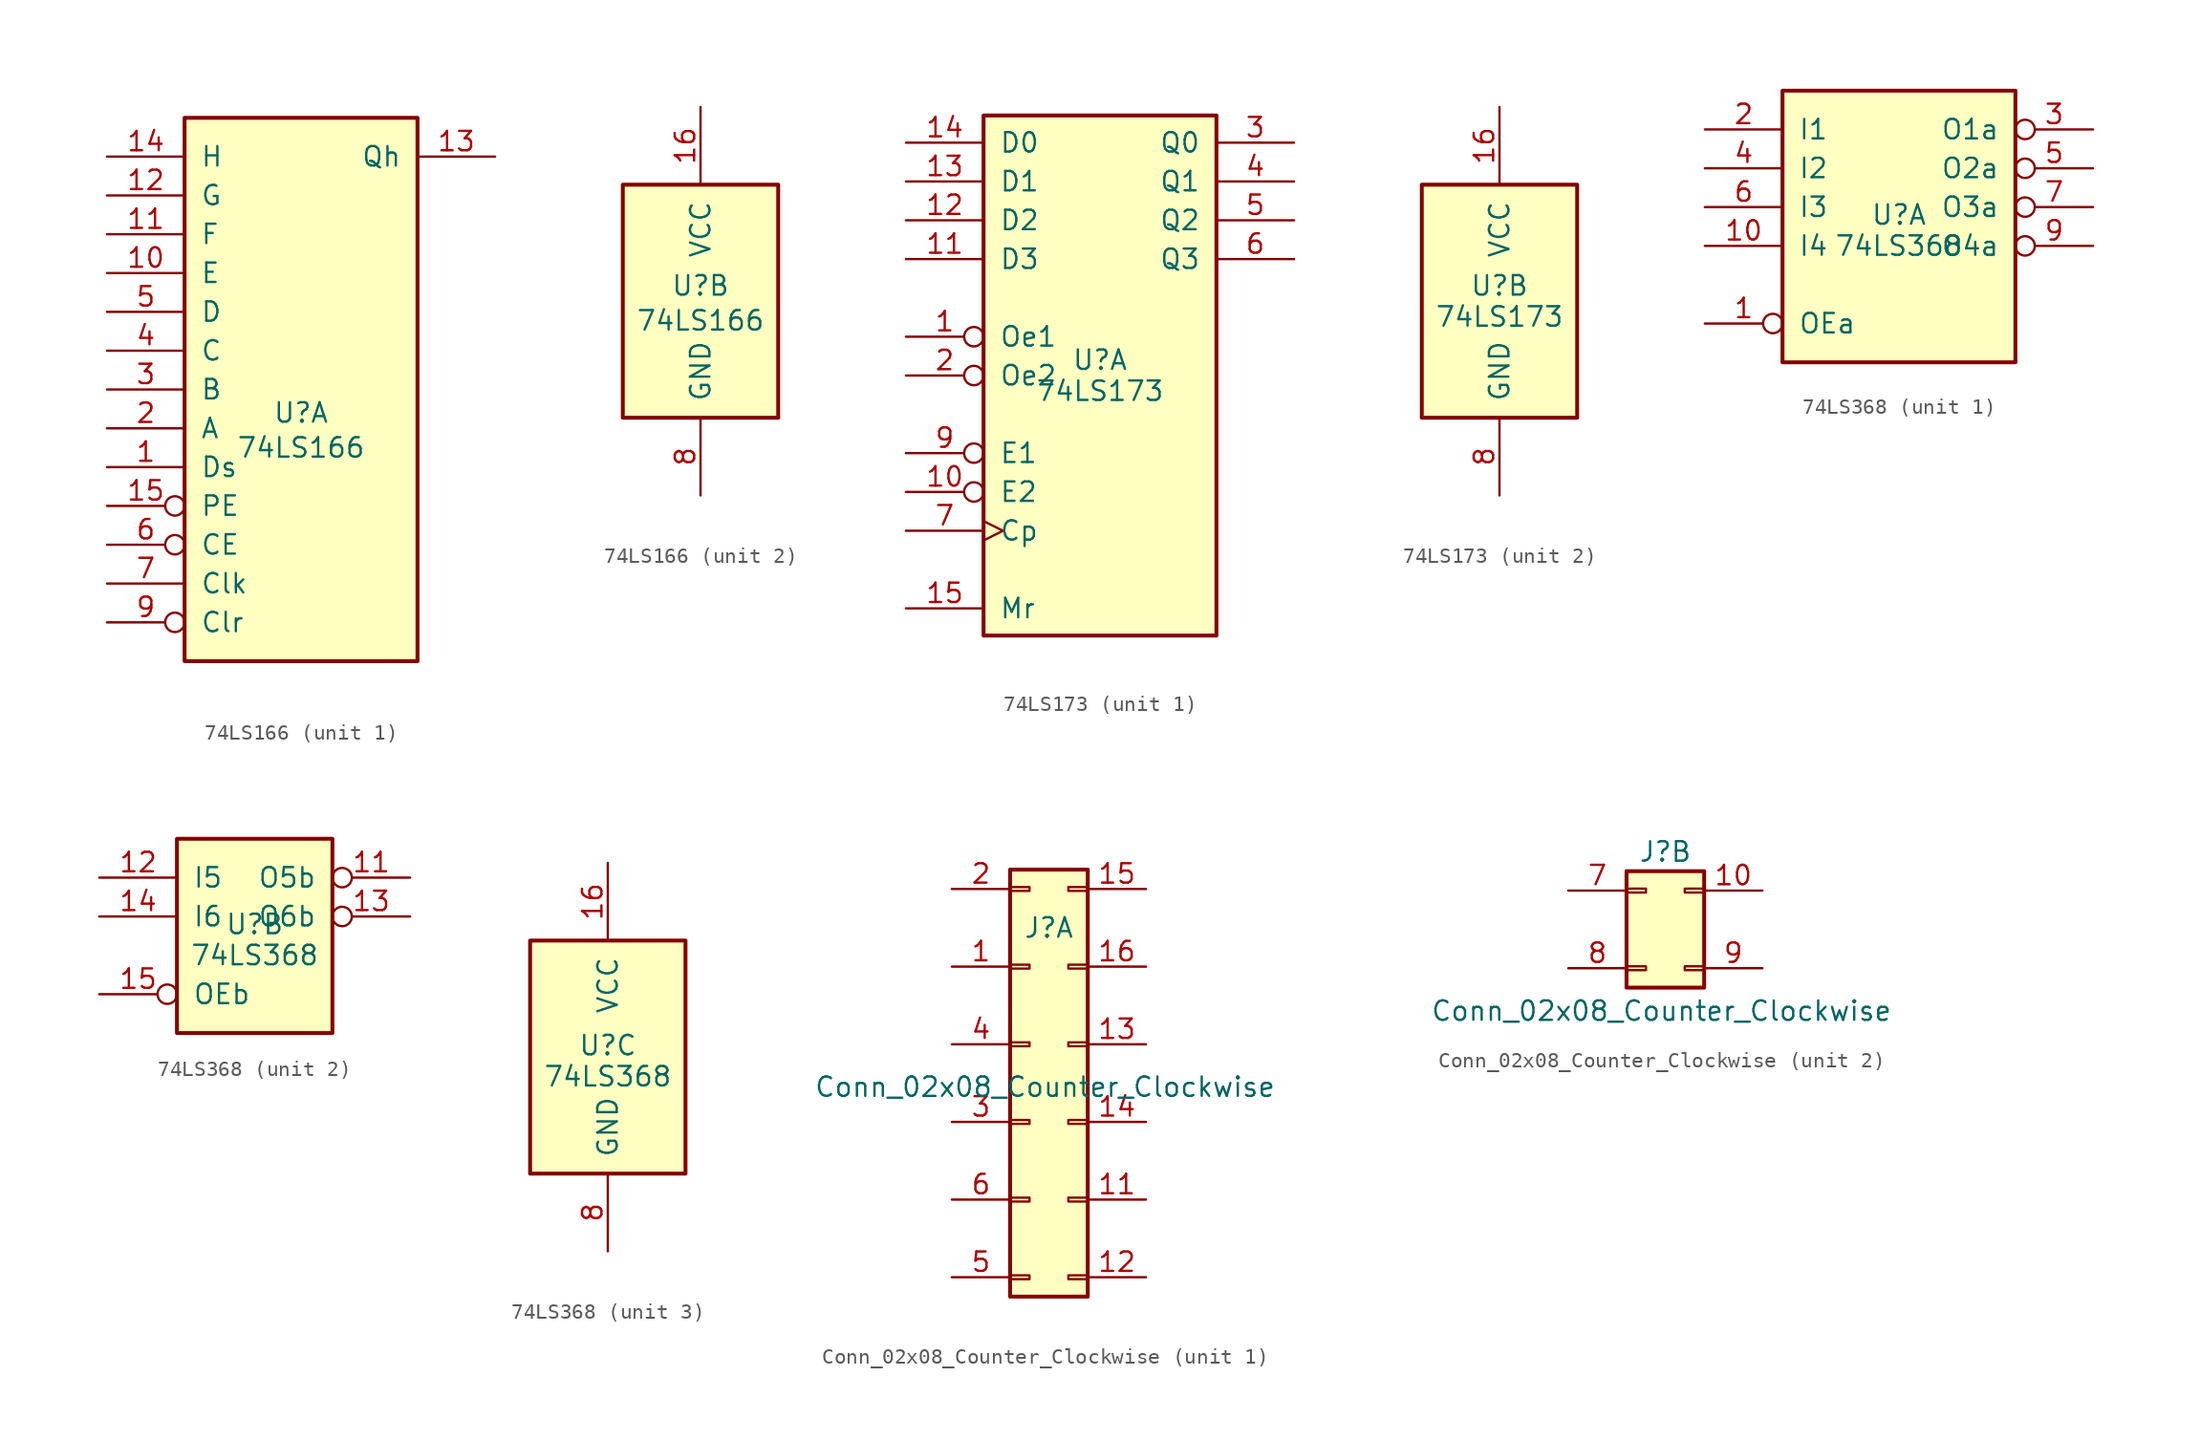
<source format=kicad_sym>
(kicad_symbol_lib
  (version 20220914)
  (generator kicad_symbol_editor)
  (symbol "74LS166"
    (pin_names
      (offset 1.016))
    (property "Reference" "U"
      (at 0 1.016 0)
      (effects (font (size 1.27 1.27))))
    (property "Value" "74LS166"
      (at 0 -1.27 0)
      (effects (font (size 1.27 1.27))))
    (property "ki_locked" ""
      (at 0 0 0)
      (effects (font (size 1.27 1.27))))
    (symbol "74LS166_1_0"
      (pin input line (at -12.7 -2.54 0) (length 5.08) (name "Ds" (effects (font (size 1.27 1.27)))) (number "1" (effects (font (size 1.27 1.27)))))
      (pin input line (at -12.7 10.16 0) (length 5.08) (name "E" (effects (font (size 1.27 1.27)))) (number "10" (effects (font (size 1.27 1.27)))))
      (pin input line (at -12.7 12.7 0) (length 5.08) (name "F" (effects (font (size 1.27 1.27)))) (number "11" (effects (font (size 1.27 1.27)))))
      (pin input line (at -12.7 15.24 0) (length 5.08) (name "G" (effects (font (size 1.27 1.27)))) (number "12" (effects (font (size 1.27 1.27)))))
      (pin output line (at 12.7 17.78 180) (length 5.08) (name "Qh" (effects (font (size 1.27 1.27)))) (number "13" (effects (font (size 1.27 1.27)))))
      (pin input line (at -12.7 17.78 0) (length 5.08) (name "H" (effects (font (size 1.27 1.27)))) (number "14" (effects (font (size 1.27 1.27)))))
      (pin input inverted (at -12.7 -5.08 0) (length 5.08) (name "PE" (effects (font (size 1.27 1.27)))) (number "15" (effects (font (size 1.27 1.27)))))
      (pin input line (at -12.7 0 0) (length 5.08) (name "A" (effects (font (size 1.27 1.27)))) (number "2" (effects (font (size 1.27 1.27)))))
      (pin input line (at -12.7 2.54 0) (length 5.08) (name "B" (effects (font (size 1.27 1.27)))) (number "3" (effects (font (size 1.27 1.27)))))
      (pin input line (at -12.7 5.08 0) (length 5.08) (name "C" (effects (font (size 1.27 1.27)))) (number "4" (effects (font (size 1.27 1.27)))))
      (pin input line (at -12.7 7.62 0) (length 5.08) (name "D" (effects (font (size 1.27 1.27)))) (number "5" (effects (font (size 1.27 1.27)))))
      (pin input inverted (at -12.7 -7.62 0) (length 5.08) (name "CE" (effects (font (size 1.27 1.27)))) (number "6" (effects (font (size 1.27 1.27)))))
      (pin input line (at -12.7 -10.16 0) (length 5.08) (name "Clk" (effects (font (size 1.27 1.27)))) (number "7" (effects (font (size 1.27 1.27)))))
      (pin input inverted (at -12.7 -12.7 0) (length 5.08) (name "Clr" (effects (font (size 1.27 1.27)))) (number "9" (effects (font (size 1.27 1.27))))))
    (symbol "74LS166_1_1"
      (rectangle (start -7.62 20.32) (end 7.62 -15.24) (stroke (width 0.254) (type default)) (fill (type background))))
    (symbol "74LS166_2_0"
      (pin power_in line (at 0 12.7 270) (length 5.08) (name "VCC" (effects (font (size 1.27 1.27)))) (number "16" (effects (font (size 1.27 1.27)))))
      (pin power_in line (at 0 -12.7 90) (length 5.08) (name "GND" (effects (font (size 1.27 1.27)))) (number "8" (effects (font (size 1.27 1.27))))))
    (symbol "74LS166_2_1"
      (rectangle (start -5.08 7.62) (end 5.08 -7.62) (stroke (width 0.254) (type default)) (fill (type background)))))
  (symbol "74LS173"
    (pin_names
      (offset 1.016))
    (property "Reference" "U"
      (at 0 1.016 0)
      (effects (font (size 1.27 1.27))))
    (property "Value" "74LS173"
      (at 0 -1.016 0)
      (effects (font (size 1.27 1.27))))
    (property "ki_locked" ""
      (at 0 0 0)
      (effects (font (size 1.27 1.27))))
    (symbol "74LS173_1_0"
      (pin input inverted (at -12.7 2.54 0) (length 5.08) (name "Oe1" (effects (font (size 1.27 1.27)))) (number "1" (effects (font (size 1.27 1.27)))))
      (pin input inverted (at -12.7 -7.62 0) (length 5.08) (name "E2" (effects (font (size 1.27 1.27)))) (number "10" (effects (font (size 1.27 1.27)))))
      (pin input line (at -12.7 7.62 0) (length 5.08) (name "D3" (effects (font (size 1.27 1.27)))) (number "11" (effects (font (size 1.27 1.27)))))
      (pin input line (at -12.7 10.16 0) (length 5.08) (name "D2" (effects (font (size 1.27 1.27)))) (number "12" (effects (font (size 1.27 1.27)))))
      (pin input line (at -12.7 12.7 0) (length 5.08) (name "D1" (effects (font (size 1.27 1.27)))) (number "13" (effects (font (size 1.27 1.27)))))
      (pin input line (at -12.7 15.24 0) (length 5.08) (name "D0" (effects (font (size 1.27 1.27)))) (number "14" (effects (font (size 1.27 1.27)))))
      (pin input line (at -12.7 -15.24 0) (length 5.08) (name "Mr" (effects (font (size 1.27 1.27)))) (number "15" (effects (font (size 1.27 1.27)))))
      (pin input inverted (at -12.7 0 0) (length 5.08) (name "Oe2" (effects (font (size 1.27 1.27)))) (number "2" (effects (font (size 1.27 1.27)))))
      (pin tri_state line (at 12.7 15.24 180) (length 5.08) (name "Q0" (effects (font (size 1.27 1.27)))) (number "3" (effects (font (size 1.27 1.27)))))
      (pin tri_state line (at 12.7 12.7 180) (length 5.08) (name "Q1" (effects (font (size 1.27 1.27)))) (number "4" (effects (font (size 1.27 1.27)))))
      (pin tri_state line (at 12.7 10.16 180) (length 5.08) (name "Q2" (effects (font (size 1.27 1.27)))) (number "5" (effects (font (size 1.27 1.27)))))
      (pin tri_state line (at 12.7 7.62 180) (length 5.08) (name "Q3" (effects (font (size 1.27 1.27)))) (number "6" (effects (font (size 1.27 1.27)))))
      (pin input clock (at -12.7 -10.16 0) (length 5.08) (name "Cp" (effects (font (size 1.27 1.27)))) (number "7" (effects (font (size 1.27 1.27)))))
      (pin input inverted (at -12.7 -5.08 0) (length 5.08) (name "E1" (effects (font (size 1.27 1.27)))) (number "9" (effects (font (size 1.27 1.27))))))
    (symbol "74LS173_1_1"
      (rectangle (start -7.62 17.018) (end 7.62 -17.018) (stroke (width 0.254) (type default)) (fill (type background))))
    (symbol "74LS173_2_0"
      (pin power_in line (at 0 12.7 270) (length 5.08) (name "VCC" (effects (font (size 1.27 1.27)))) (number "16" (effects (font (size 1.27 1.27)))))
      (pin power_in line (at 0 -12.7 90) (length 5.08) (name "GND" (effects (font (size 1.27 1.27)))) (number "8" (effects (font (size 1.27 1.27))))))
    (symbol "74LS173_2_1"
      (rectangle (start -5.08 7.62) (end 5.08 -7.62) (stroke (width 0.254) (type default)) (fill (type background)))))
  (symbol "74LS368"
    (pin_names
      (offset 1.016))
    (property "Reference" "U"
      (at 0 0.762 0)
      (effects (font (size 1.27 1.27))))
    (property "Value" "74LS368"
      (at 0 -1.27 0)
      (effects (font (size 1.27 1.27))))
    (property "ki_locked" ""
      (at 0 0 0)
      (effects (font (size 1.27 1.27))))
    (symbol "74LS368_1_0"
      (pin input inverted (at -12.7 -6.35 0) (length 5.08) (name "OEa" (effects (font (size 1.27 1.27)))) (number "1" (effects (font (size 1.27 1.27)))))
      (pin input line (at -12.7 -1.27 0) (length 5.08) (name "I4" (effects (font (size 1.27 1.27)))) (number "10" (effects (font (size 1.27 1.27)))))
      (pin input line (at -12.7 6.35 0) (length 5.08) (name "I1" (effects (font (size 1.27 1.27)))) (number "2" (effects (font (size 1.27 1.27)))))
      (pin tri_state inverted (at 12.7 6.35 180) (length 5.08) (name "O1a" (effects (font (size 1.27 1.27)))) (number "3" (effects (font (size 1.27 1.27)))))
      (pin input line (at -12.7 3.81 0) (length 5.08) (name "I2" (effects (font (size 1.27 1.27)))) (number "4" (effects (font (size 1.27 1.27)))))
      (pin tri_state inverted (at 12.7 3.81 180) (length 5.08) (name "O2a" (effects (font (size 1.27 1.27)))) (number "5" (effects (font (size 1.27 1.27)))))
      (pin input line (at -12.7 1.27 0) (length 5.08) (name "I3" (effects (font (size 1.27 1.27)))) (number "6" (effects (font (size 1.27 1.27)))))
      (pin tri_state inverted (at 12.7 1.27 180) (length 5.08) (name "O3a" (effects (font (size 1.27 1.27)))) (number "7" (effects (font (size 1.27 1.27)))))
      (pin tri_state inverted (at 12.7 -1.27 180) (length 5.08) (name "O4a" (effects (font (size 1.27 1.27)))) (number "9" (effects (font (size 1.27 1.27))))))
    (symbol "74LS368_1_1"
      (rectangle (start -7.62 8.89) (end 7.62 -8.89) (stroke (width 0.254) (type default)) (fill (type background))))
    (symbol "74LS368_2_0"
      (pin tri_state inverted (at 10.16 3.81 180) (length 5.08) (name "O5b" (effects (font (size 1.27 1.27)))) (number "11" (effects (font (size 1.27 1.27)))))
      (pin input line (at -10.16 3.81 0) (length 5.08) (name "I5" (effects (font (size 1.27 1.27)))) (number "12" (effects (font (size 1.27 1.27)))))
      (pin tri_state inverted (at 10.16 1.27 180) (length 5.08) (name "O6b" (effects (font (size 1.27 1.27)))) (number "13" (effects (font (size 1.27 1.27)))))
      (pin input line (at -10.16 1.27 0) (length 5.08) (name "I6" (effects (font (size 1.27 1.27)))) (number "14" (effects (font (size 1.27 1.27)))))
      (pin input inverted (at -10.16 -3.81 0) (length 5.08) (name "OEb" (effects (font (size 1.27 1.27)))) (number "15" (effects (font (size 1.27 1.27))))))
    (symbol "74LS368_2_1"
      (rectangle (start -5.08 6.35) (end 5.08 -6.35) (stroke (width 0.254) (type default)) (fill (type background))))
    (symbol "74LS368_3_0"
      (pin power_in line (at 0 12.7 270) (length 5.08) (name "VCC" (effects (font (size 1.27 1.27)))) (number "16" (effects (font (size 1.27 1.27)))))
      (pin power_in line (at 0 -12.7 90) (length 5.08) (name "GND" (effects (font (size 1.27 1.27)))) (number "8" (effects (font (size 1.27 1.27))))))
    (symbol "74LS368_3_1"
      (rectangle (start -5.08 7.62) (end 5.08 -7.62) (stroke (width 0.254) (type default)) (fill (type background)))))
  (symbol "Conn_02x08_Counter_Clockwise"
    (pin_names
      (offset 1.016) hide)
    (property "Reference" "J"
      (at 1.27 5.08 0)
      (effects (font (size 1.27 1.27))))
    (property "Value" "Conn_02x08_Counter_Clockwise"
      (at 1.016 -5.334 0)
      (effects (font (size 1.27 1.27))))
    (property "ki_locked" ""
      (at 0 0 0)
      (effects (font (size 1.27 1.27))))
    (symbol "Conn_02x08_Counter_Clockwise_1_1"
      (rectangle (start -1.27 -17.653) (end 0 -17.907) (stroke (width 0.152) (type default)) (fill (type none)))
      (rectangle (start -1.27 -12.573) (end 0 -12.827) (stroke (width 0.152) (type default)) (fill (type none)))
      (rectangle (start -1.27 -7.493) (end 0 -7.747) (stroke (width 0.152) (type default)) (fill (type none)))
      (rectangle (start -1.27 -2.413) (end 0 -2.667) (stroke (width 0.152) (type default)) (fill (type none)))
      (rectangle (start -1.27 2.667) (end 0 2.413) (stroke (width 0.152) (type default)) (fill (type none)))
      (rectangle (start -1.27 7.747) (end 0 7.493) (stroke (width 0.152) (type default)) (fill (type none)))
      (rectangle (start -1.27 8.89) (end 3.81 -19.05) (stroke (width 0.254) (type default)) (fill (type background)))
      (rectangle (start 3.81 -17.653) (end 2.54 -17.907) (stroke (width 0.152) (type default)) (fill (type none)))
      (rectangle (start 3.81 -12.573) (end 2.54 -12.827) (stroke (width 0.152) (type default)) (fill (type none)))
      (rectangle (start 3.81 -7.493) (end 2.54 -7.747) (stroke (width 0.152) (type default)) (fill (type none)))
      (rectangle (start 3.81 -2.413) (end 2.54 -2.667) (stroke (width 0.152) (type default)) (fill (type none)))
      (rectangle (start 3.81 2.667) (end 2.54 2.413) (stroke (width 0.152) (type default)) (fill (type none)))
      (rectangle (start 3.81 7.747) (end 2.54 7.493) (stroke (width 0.152) (type default)) (fill (type none)))
      (pin passive line (at -5.08 2.54 0) (length 3.81) (name "Pin_1" (effects (font (size 1.27 1.27)))) (number "1" (effects (font (size 1.27 1.27)))))
      (pin passive line (at 7.62 -12.7 180) (length 3.81) (name "Pin_11" (effects (font (size 1.27 1.27)))) (number "11" (effects (font (size 1.27 1.27)))))
      (pin passive line (at 7.62 -17.78 180) (length 3.81) (name "Pin_12" (effects (font (size 1.27 1.27)))) (number "12" (effects (font (size 1.27 1.27)))))
      (pin passive line (at 7.62 -2.54 180) (length 3.81) (name "Pin_13" (effects (font (size 1.27 1.27)))) (number "13" (effects (font (size 1.27 1.27)))))
      (pin passive line (at 7.62 -7.62 180) (length 3.81) (name "Pin_14" (effects (font (size 1.27 1.27)))) (number "14" (effects (font (size 1.27 1.27)))))
      (pin passive line (at 7.62 7.62 180) (length 3.81) (name "Pin_15" (effects (font (size 1.27 1.27)))) (number "15" (effects (font (size 1.27 1.27)))))
      (pin passive line (at 7.62 2.54 180) (length 3.81) (name "Pin_16" (effects (font (size 1.27 1.27)))) (number "16" (effects (font (size 1.27 1.27)))))
      (pin passive line (at -5.08 7.62 0) (length 3.81) (name "Pin_2" (effects (font (size 1.27 1.27)))) (number "2" (effects (font (size 1.27 1.27)))))
      (pin passive line (at -5.08 -7.62 0) (length 3.81) (name "Pin_3" (effects (font (size 1.27 1.27)))) (number "3" (effects (font (size 1.27 1.27)))))
      (pin passive line (at -5.08 -2.54 0) (length 3.81) (name "Pin_4" (effects (font (size 1.27 1.27)))) (number "4" (effects (font (size 1.27 1.27)))))
      (pin passive line (at -5.08 -17.78 0) (length 3.81) (name "Pin_5" (effects (font (size 1.27 1.27)))) (number "5" (effects (font (size 1.27 1.27)))))
      (pin passive line (at -5.08 -12.7 0) (length 3.81) (name "Pin_6" (effects (font (size 1.27 1.27)))) (number "6" (effects (font (size 1.27 1.27))))))
    (symbol "Conn_02x08_Counter_Clockwise_2_1"
      (rectangle (start -1.27 -2.413) (end 0 -2.667) (stroke (width 0.152) (type default)) (fill (type none)))
      (rectangle (start -1.27 2.667) (end 0 2.413) (stroke (width 0.152) (type default)) (fill (type none)))
      (rectangle (start -1.27 3.81) (end 3.81 -3.81) (stroke (width 0.254) (type default)) (fill (type background)))
      (rectangle (start 3.81 -2.413) (end 2.54 -2.667) (stroke (width 0.152) (type default)) (fill (type none)))
      (rectangle (start 3.81 2.667) (end 2.54 2.413) (stroke (width 0.152) (type default)) (fill (type none)))
      (pin passive line (at 7.62 2.54 180) (length 3.81) (name "Pin_10" (effects (font (size 1.27 1.27)))) (number "10" (effects (font (size 1.27 1.27)))))
      (pin passive line (at -5.08 2.54 0) (length 3.81) (name "Pin_7" (effects (font (size 1.27 1.27)))) (number "7" (effects (font (size 1.27 1.27)))))
      (pin passive line (at -5.08 -2.54 0) (length 3.81) (name "Pin_8" (effects (font (size 1.27 1.27)))) (number "8" (effects (font (size 1.27 1.27)))))
      (pin passive line (at 7.62 -2.54 180) (length 3.81) (name "Pin_9" (effects (font (size 1.27 1.27)))) (number "9" (effects (font (size 1.27 1.27))))))))
</source>
